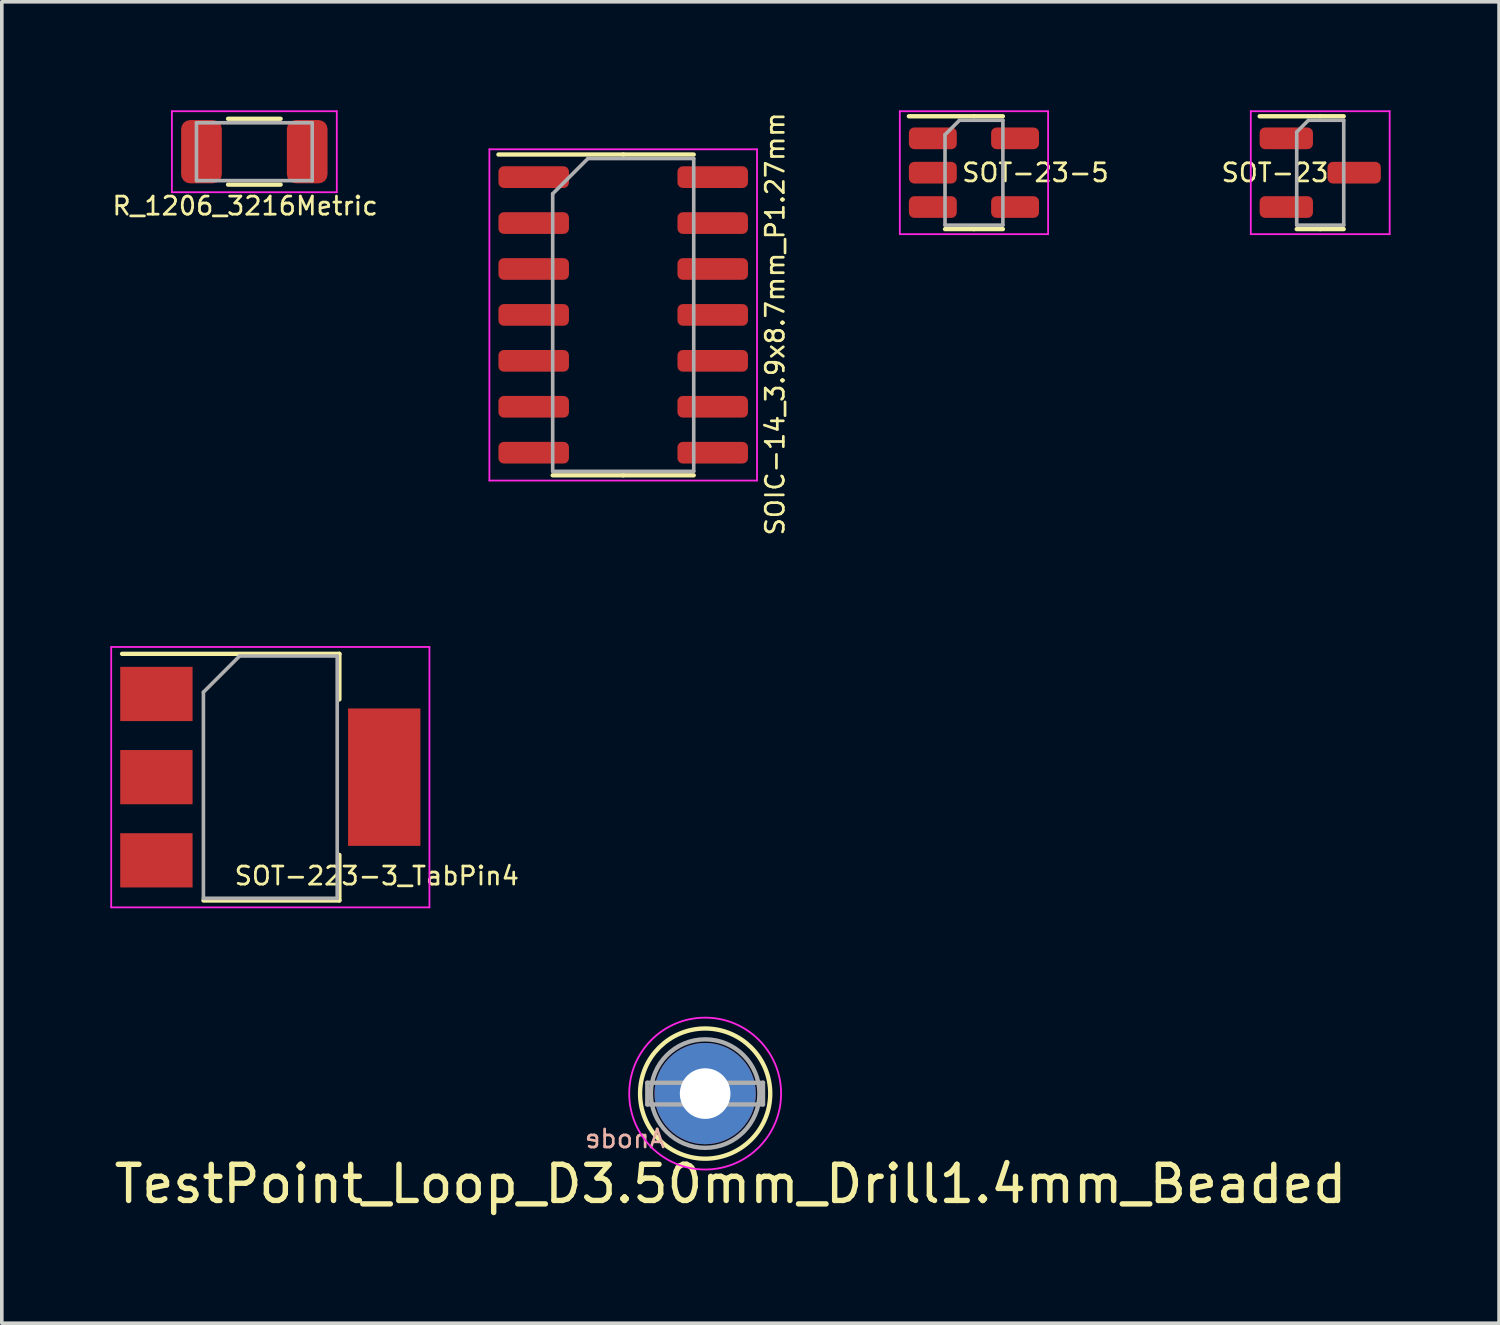
<source format=kicad_pcb>
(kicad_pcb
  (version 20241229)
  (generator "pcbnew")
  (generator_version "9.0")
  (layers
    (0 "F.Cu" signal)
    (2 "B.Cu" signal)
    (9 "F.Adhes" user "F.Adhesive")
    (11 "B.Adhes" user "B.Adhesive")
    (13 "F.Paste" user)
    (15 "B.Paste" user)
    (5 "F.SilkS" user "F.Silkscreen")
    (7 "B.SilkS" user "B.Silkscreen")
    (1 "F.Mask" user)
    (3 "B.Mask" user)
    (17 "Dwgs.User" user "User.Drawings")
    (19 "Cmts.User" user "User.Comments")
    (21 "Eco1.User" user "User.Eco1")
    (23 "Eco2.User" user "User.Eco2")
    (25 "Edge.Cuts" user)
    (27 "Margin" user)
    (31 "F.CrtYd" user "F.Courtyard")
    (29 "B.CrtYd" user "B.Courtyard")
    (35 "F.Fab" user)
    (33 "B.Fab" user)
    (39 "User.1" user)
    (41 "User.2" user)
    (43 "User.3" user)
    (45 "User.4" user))
  (footprint "R_1206_3216Metric"
    (layer "F.Cu")
    (at 3.983 1.145)
    (property "Reference" "R_1206_3216Metric" (at -0.254 1.5 180) (layer "F.SilkS") (effects (font (size 0.5 0.5) (thickness 0.075))))
    (attr smd)
    (fp_line (start -0.727 -0.91) (end 0.727 -0.91) (stroke (width 0.12) (type solid)) (layer "F.SilkS"))
    (fp_line (start -0.727 0.91) (end 0.727 0.91) (stroke (width 0.12) (type solid)) (layer "F.SilkS"))
    (fp_line (start -2.28 -1.12) (end 2.28 -1.12) (stroke (width 0.05) (type solid)) (layer "F.CrtYd"))
    (fp_line (start -2.28 1.12) (end -2.28 -1.12) (stroke (width 0.05) (type solid)) (layer "F.CrtYd"))
    (fp_line (start 2.28 -1.12) (end 2.28 1.12) (stroke (width 0.05) (type solid)) (layer "F.CrtYd"))
    (fp_line (start 2.28 1.12) (end -2.28 1.12) (stroke (width 0.05) (type solid)) (layer "F.CrtYd"))
    (fp_line (start -1.6 -0.8) (end 1.6 -0.8) (stroke (width 0.1) (type solid)) (layer "F.Fab"))
    (fp_line (start -1.6 0.8) (end -1.6 -0.8) (stroke (width 0.1) (type solid)) (layer "F.Fab"))
    (fp_line (start 1.6 -0.8) (end 1.6 0.8) (stroke (width 0.1) (type solid)) (layer "F.Fab"))
    (fp_line (start 1.6 0.8) (end -1.6 0.8) (stroke (width 0.1) (type solid)) (layer "F.Fab"))
    (pad "1" smd roundrect (at -1.462 0) (size 1.125 1.75) (layers "F.Cu" "F.Mask" "F.Paste") (roundrect_rratio 0.222))
    (pad "2" smd roundrect (at 1.462 0) (size 1.125 1.75) (layers "F.Cu" "F.Mask" "F.Paste") (roundrect_rratio 0.222)))
  (footprint "SOT-23"
    (layer "F.Cu")
    (at 33.457 1.725)
    (property "Reference" "SOT-23" (at -1.25 0 0) (layer "F.SilkS") (effects (font (size 0.5 0.5) (thickness 0.075))))
    (attr smd)
    (fp_line (start 0 -1.56) (end -1.675 -1.56) (stroke (width 0.12) (type solid)) (layer "F.SilkS"))
    (fp_line (start 0 -1.56) (end 0.65 -1.56) (stroke (width 0.12) (type solid)) (layer "F.SilkS"))
    (fp_line (start 0 1.56) (end -0.65 1.56) (stroke (width 0.12) (type solid)) (layer "F.SilkS"))
    (fp_line (start 0 1.56) (end 0.65 1.56) (stroke (width 0.12) (type solid)) (layer "F.SilkS"))
    (fp_line (start -1.92 -1.7) (end -1.92 1.7) (stroke (width 0.05) (type solid)) (layer "F.CrtYd"))
    (fp_line (start -1.92 1.7) (end 1.92 1.7) (stroke (width 0.05) (type solid)) (layer "F.CrtYd"))
    (fp_line (start 1.92 -1.7) (end -1.92 -1.7) (stroke (width 0.05) (type solid)) (layer "F.CrtYd"))
    (fp_line (start 1.92 1.7) (end 1.92 -1.7) (stroke (width 0.05) (type solid)) (layer "F.CrtYd"))
    (fp_line (start -0.65 -1.125) (end -0.325 -1.45) (stroke (width 0.1) (type solid)) (layer "F.Fab"))
    (fp_line (start -0.65 1.45) (end -0.65 -1.125) (stroke (width 0.1) (type solid)) (layer "F.Fab"))
    (fp_line (start -0.325 -1.45) (end 0.65 -1.45) (stroke (width 0.1) (type solid)) (layer "F.Fab"))
    (fp_line (start 0.65 -1.45) (end 0.65 1.45) (stroke (width 0.1) (type solid)) (layer "F.Fab"))
    (fp_line (start 0.65 1.45) (end -0.65 1.45) (stroke (width 0.1) (type solid)) (layer "F.Fab"))
    (pad "1" smd roundrect (at -0.938 -0.95) (size 1.475 0.6) (layers "F.Cu" "F.Mask" "F.Paste") (roundrect_rratio 0.25))
    (pad "2" smd roundrect (at -0.938 0.95) (size 1.475 0.6) (layers "F.Cu" "F.Mask" "F.Paste") (roundrect_rratio 0.25))
    (pad "3" smd roundrect (at 0.938 0) (size 1.475 0.6) (layers "F.Cu" "F.Mask" "F.Paste") (roundrect_rratio 0.25)))
  (footprint "TestPoint_Loop_D3.50mm_Drill1.4mm_Beaded"
    (layer "F.Cu")
    (at 16.449 27.19)
    (property "Reference" "TestPoint_Loop_D3.50mm_Drill1.4mm_Beaded" (at 0.7 2.5 0) (layer "F.SilkS") (effects (font (size 1 1) (thickness 0.15))))
    (property "Value" "Anode" (at -2.23 1.6 0) (layer "F.SilkS") (hide yes) (effects (font (size 0.5 0.5) (thickness 0.075))))
    (attr through_hole)
    (fp_circle (center 0 0) (end 1.8 0) (stroke (width 0.12) (type solid)) (fill no) (layer "F.SilkS"))
    (fp_circle (center 0 0) (end 2.1 0) (stroke (width 0.05) (type solid)) (fill no) (layer "F.CrtYd"))
    (fp_line (start -1.6 -0.3) (end -1.6 0.3) (stroke (width 0.12) (type solid)) (layer "F.Fab"))
    (fp_line (start -1.6 0.3) (end 1.6 0.3) (stroke (width 0.12) (type solid)) (layer "F.Fab"))
    (fp_line (start 1.6 -0.3) (end -1.6 -0.3) (stroke (width 0.12) (type solid)) (layer "F.Fab"))
    (fp_line (start 1.6 0.3) (end 1.6 -0.3) (stroke (width 0.12) (type solid)) (layer "F.Fab"))
    (fp_circle (center 0 0) (end 1.5 0) (stroke (width 0.12) (type solid)) (fill no) (layer "F.Fab"))
    (fp_text user "${VALUE}" (at -2.22 1.25 0) (layer "B.SilkS") (effects (font (size 0.5 0.5) (thickness 0.075)) (justify mirror)))
    (pad "1" thru_hole circle (at 0 0) (size 2.8 2.8) (drill 1.4) (layers "*.Cu" "*.Mask")))
  (footprint "SOT-223-3_TabPin4"
    (layer "F.Cu")
    (at 4.425 18.44)
    (property "Reference" "SOT-223-3_TabPin4" (at 2.944 2.73 0) (layer "F.SilkS") (effects (font (size 0.5 0.5) (thickness 0.075))))
    (attr smd)
    (fp_line (start -4.1 -3.41) (end 1.91 -3.41) (stroke (width 0.12) (type solid)) (layer "F.SilkS"))
    (fp_line (start -1.85 3.41) (end 1.91 3.41) (stroke (width 0.12) (type solid)) (layer "F.SilkS"))
    (fp_line (start 1.91 -3.41) (end 1.91 -2.15) (stroke (width 0.12) (type solid)) (layer "F.SilkS"))
    (fp_line (start 1.91 3.41) (end 1.91 2.15) (stroke (width 0.12) (type solid)) (layer "F.SilkS"))
    (fp_line (start -4.4 -3.6) (end -4.4 3.6) (stroke (width 0.05) (type solid)) (layer "F.CrtYd"))
    (fp_line (start -4.4 3.6) (end 4.4 3.6) (stroke (width 0.05) (type solid)) (layer "F.CrtYd"))
    (fp_line (start 4.4 -3.6) (end -4.4 -3.6) (stroke (width 0.05) (type solid)) (layer "F.CrtYd"))
    (fp_line (start 4.4 3.6) (end 4.4 -3.6) (stroke (width 0.05) (type solid)) (layer "F.CrtYd"))
    (fp_line (start -1.85 -2.35) (end -1.85 3.35) (stroke (width 0.1) (type solid)) (layer "F.Fab"))
    (fp_line (start -1.85 -2.35) (end -0.85 -3.35) (stroke (width 0.1) (type solid)) (layer "F.Fab"))
    (fp_line (start -1.85 3.35) (end 1.85 3.35) (stroke (width 0.1) (type solid)) (layer "F.Fab"))
    (fp_line (start -0.85 -3.35) (end 1.85 -3.35) (stroke (width 0.1) (type solid)) (layer "F.Fab"))
    (fp_line (start 1.85 -3.35) (end 1.85 3.35) (stroke (width 0.1) (type solid)) (layer "F.Fab"))
    (pad "1" smd rect (at -3.15 -2.3) (size 2 1.5) (layers "F.Cu" "F.Mask" "F.Paste"))
    (pad "3" smd rect (at -3.15 2.3) (size 2 1.5) (layers "F.Cu" "F.Mask" "F.Paste"))
    (pad "4" smd rect (at 3.15 0) (size 2 3.8) (layers "F.Cu" "F.Mask" "F.Paste"))
    (pad "NC" smd rect (at -3.15 0) (size 2 1.5) (layers "F.Cu" "F.Mask" "F.Paste")))
  (footprint "SOT-23-5"
    (layer "F.Cu")
    (at 23.882 1.725)
    (property "Reference" "SOT-23-5" (at 1.7 0 180) (layer "F.SilkS") (effects (font (size 0.5 0.5) (thickness 0.075))))
    (attr smd)
    (fp_line (start 0 -1.56) (end -1.8 -1.56) (stroke (width 0.12) (type solid)) (layer "F.SilkS"))
    (fp_line (start 0 -1.56) (end 0.8 -1.56) (stroke (width 0.12) (type solid)) (layer "F.SilkS"))
    (fp_line (start 0 1.56) (end -0.8 1.56) (stroke (width 0.12) (type solid)) (layer "F.SilkS"))
    (fp_line (start 0 1.56) (end 0.8 1.56) (stroke (width 0.12) (type solid)) (layer "F.SilkS"))
    (fp_line (start -2.05 -1.7) (end -2.05 1.7) (stroke (width 0.05) (type solid)) (layer "F.CrtYd"))
    (fp_line (start -2.05 1.7) (end 2.05 1.7) (stroke (width 0.05) (type solid)) (layer "F.CrtYd"))
    (fp_line (start 2.05 -1.7) (end -2.05 -1.7) (stroke (width 0.05) (type solid)) (layer "F.CrtYd"))
    (fp_line (start 2.05 1.7) (end 2.05 -1.7) (stroke (width 0.05) (type solid)) (layer "F.CrtYd"))
    (fp_line (start -0.8 -1.05) (end -0.4 -1.45) (stroke (width 0.1) (type solid)) (layer "F.Fab"))
    (fp_line (start -0.8 1.45) (end -0.8 -1.05) (stroke (width 0.1) (type solid)) (layer "F.Fab"))
    (fp_line (start -0.4 -1.45) (end 0.8 -1.45) (stroke (width 0.1) (type solid)) (layer "F.Fab"))
    (fp_line (start 0.8 -1.45) (end 0.8 1.45) (stroke (width 0.1) (type solid)) (layer "F.Fab"))
    (fp_line (start 0.8 1.45) (end -0.8 1.45) (stroke (width 0.1) (type solid)) (layer "F.Fab"))
    (pad "1" smd roundrect (at -1.137 -0.95) (size 1.325 0.6) (layers "F.Cu" "F.Mask" "F.Paste") (roundrect_rratio 0.25))
    (pad "2" smd roundrect (at -1.137 0) (size 1.325 0.6) (layers "F.Cu" "F.Mask" "F.Paste") (roundrect_rratio 0.25))
    (pad "3" smd roundrect (at -1.137 0.95) (size 1.325 0.6) (layers "F.Cu" "F.Mask" "F.Paste") (roundrect_rratio 0.25))
    (pad "4" smd roundrect (at 1.137 0.95) (size 1.325 0.6) (layers "F.Cu" "F.Mask" "F.Paste") (roundrect_rratio 0.25))
    (pad "5" smd roundrect (at 1.137 -0.95) (size 1.325 0.6) (layers "F.Cu" "F.Mask" "F.Paste") (roundrect_rratio 0.25)))
  (footprint "SOIC-14_3.9x8.7mm_P1.27mm"
    (layer "F.Cu")
    (at 14.183 5.658)
    (property "Reference" "SOIC-14_3.9x8.7mm_P1.27mm" (at 4.2 0.25 90) (layer "F.SilkS") (effects (font (size 0.5 0.5) (thickness 0.075))))
    (attr smd)
    (fp_line (start 0 -4.435) (end -3.45 -4.435) (stroke (width 0.12) (type solid)) (layer "F.SilkS"))
    (fp_line (start 0 -4.435) (end 1.95 -4.435) (stroke (width 0.12) (type solid)) (layer "F.SilkS"))
    (fp_line (start 0 4.435) (end -1.95 4.435) (stroke (width 0.12) (type solid)) (layer "F.SilkS"))
    (fp_line (start 0 4.435) (end 1.95 4.435) (stroke (width 0.12) (type solid)) (layer "F.SilkS"))
    (fp_line (start -3.7 -4.58) (end -3.7 4.58) (stroke (width 0.05) (type solid)) (layer "F.CrtYd"))
    (fp_line (start -3.7 4.58) (end 3.7 4.58) (stroke (width 0.05) (type solid)) (layer "F.CrtYd"))
    (fp_line (start 3.7 -4.58) (end -3.7 -4.58) (stroke (width 0.05) (type solid)) (layer "F.CrtYd"))
    (fp_line (start 3.7 4.58) (end 3.7 -4.58) (stroke (width 0.05) (type solid)) (layer "F.CrtYd"))
    (fp_line (start -1.95 -3.35) (end -0.975 -4.325) (stroke (width 0.1) (type solid)) (layer "F.Fab"))
    (fp_line (start -1.95 4.325) (end -1.95 -3.35) (stroke (width 0.1) (type solid)) (layer "F.Fab"))
    (fp_line (start -0.975 -4.325) (end 1.95 -4.325) (stroke (width 0.1) (type solid)) (layer "F.Fab"))
    (fp_line (start 1.95 -4.325) (end 1.95 4.325) (stroke (width 0.1) (type solid)) (layer "F.Fab"))
    (fp_line (start 1.95 4.325) (end -1.95 4.325) (stroke (width 0.1) (type solid)) (layer "F.Fab"))
    (pad "1" smd roundrect (at -2.475 -3.81) (size 1.95 0.6) (layers "F.Cu" "F.Mask" "F.Paste") (roundrect_rratio 0.25))
    (pad "2" smd roundrect (at -2.475 -2.54) (size 1.95 0.6) (layers "F.Cu" "F.Mask" "F.Paste") (roundrect_rratio 0.25))
    (pad "3" smd roundrect (at -2.475 -1.27) (size 1.95 0.6) (layers "F.Cu" "F.Mask" "F.Paste") (roundrect_rratio 0.25))
    (pad "4" smd roundrect (at -2.475 0) (size 1.95 0.6) (layers "F.Cu" "F.Mask" "F.Paste") (roundrect_rratio 0.25))
    (pad "5" smd roundrect (at -2.475 1.27) (size 1.95 0.6) (layers "F.Cu" "F.Mask" "F.Paste") (roundrect_rratio 0.25))
    (pad "6" smd roundrect (at -2.475 2.54) (size 1.95 0.6) (layers "F.Cu" "F.Mask" "F.Paste") (roundrect_rratio 0.25))
    (pad "7" smd roundrect (at -2.475 3.81) (size 1.95 0.6) (layers "F.Cu" "F.Mask" "F.Paste") (roundrect_rratio 0.25))
    (pad "8" smd roundrect (at 2.475 3.81) (size 1.95 0.6) (layers "F.Cu" "F.Mask" "F.Paste") (roundrect_rratio 0.25))
    (pad "9" smd roundrect (at 2.475 2.54) (size 1.95 0.6) (layers "F.Cu" "F.Mask" "F.Paste") (roundrect_rratio 0.25))
    (pad "10" smd roundrect (at 2.475 1.27) (size 1.95 0.6) (layers "F.Cu" "F.Mask" "F.Paste") (roundrect_rratio 0.25))
    (pad "11" smd roundrect (at 2.475 0) (size 1.95 0.6) (layers "F.Cu" "F.Mask" "F.Paste") (roundrect_rratio 0.25))
    (pad "12" smd roundrect (at 2.475 -1.27) (size 1.95 0.6) (layers "F.Cu" "F.Mask" "F.Paste") (roundrect_rratio 0.25))
    (pad "13" smd roundrect (at 2.475 -2.54) (size 1.95 0.6) (layers "F.Cu" "F.Mask" "F.Paste") (roundrect_rratio 0.25))
    (pad "14" smd roundrect (at 2.475 -3.81) (size 1.95 0.6) (layers "F.Cu" "F.Mask" "F.Paste") (roundrect_rratio 0.25)))
  (gr_rect
    (start -3 -3)
    (end 38.402 33.539)
    (stroke (width 0.1) (type default))
    (fill no)
    (layer "Edge.Cuts")))
</source>
